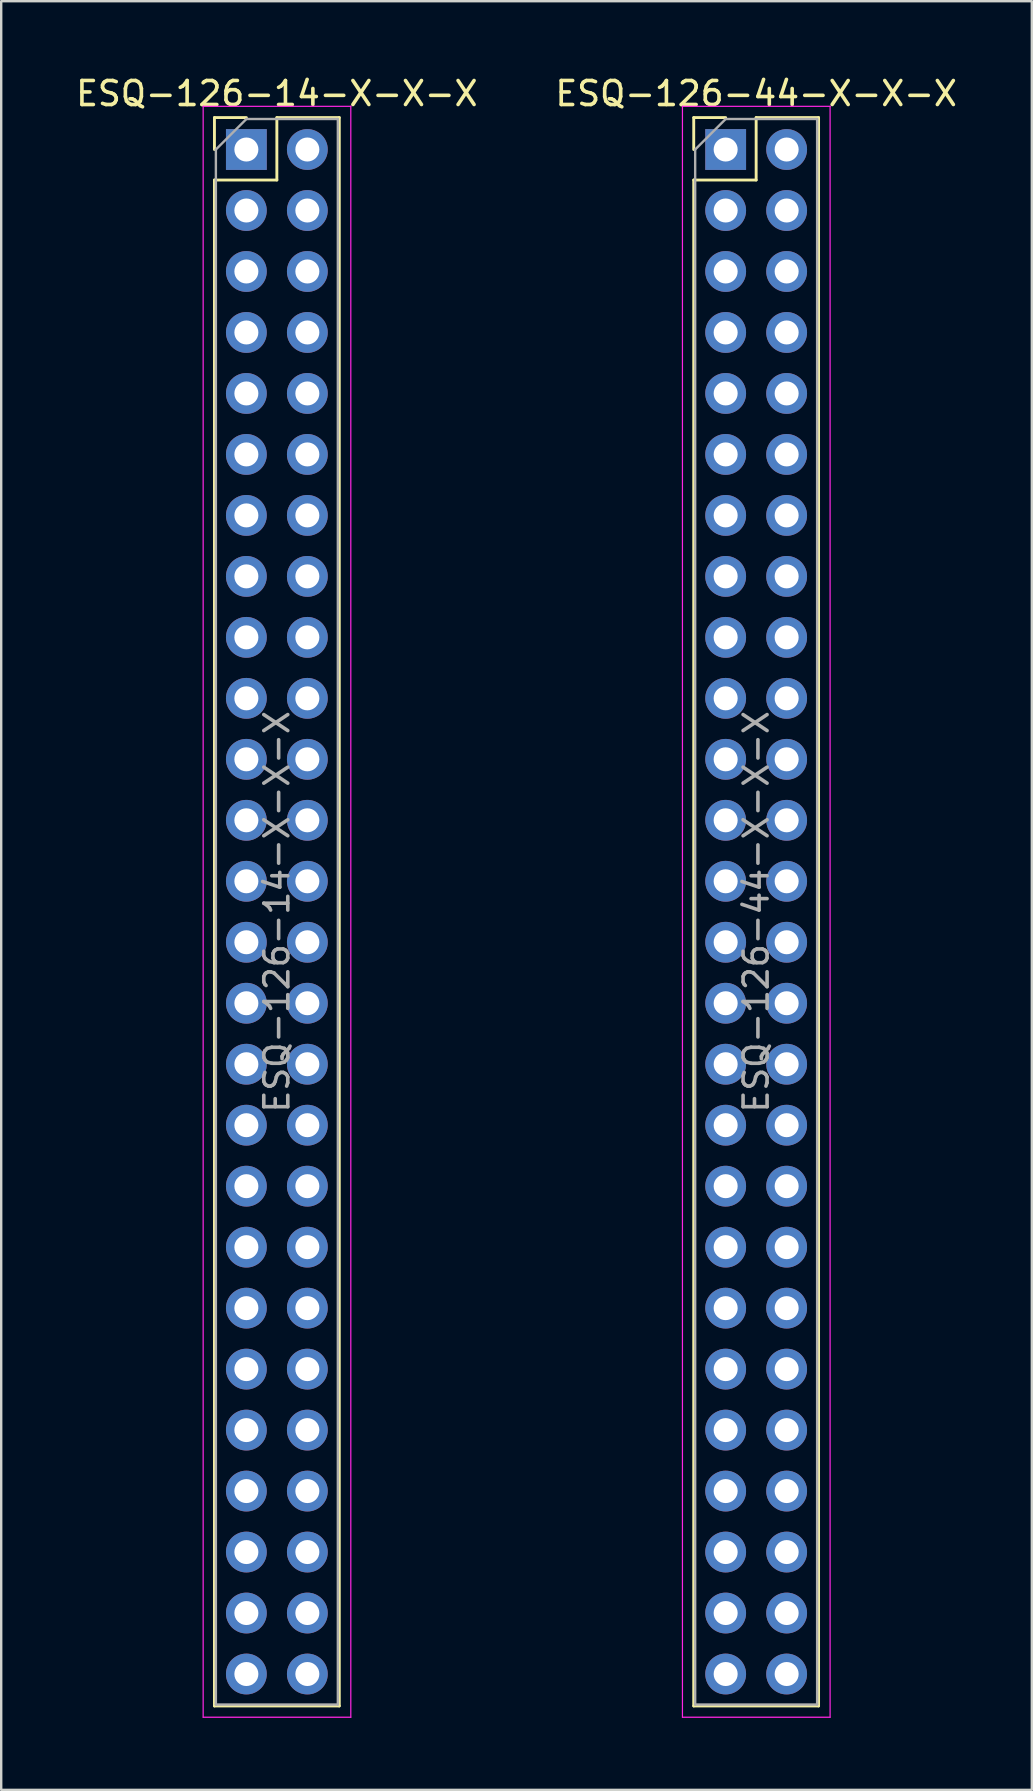
<source format=kicad_pcb>
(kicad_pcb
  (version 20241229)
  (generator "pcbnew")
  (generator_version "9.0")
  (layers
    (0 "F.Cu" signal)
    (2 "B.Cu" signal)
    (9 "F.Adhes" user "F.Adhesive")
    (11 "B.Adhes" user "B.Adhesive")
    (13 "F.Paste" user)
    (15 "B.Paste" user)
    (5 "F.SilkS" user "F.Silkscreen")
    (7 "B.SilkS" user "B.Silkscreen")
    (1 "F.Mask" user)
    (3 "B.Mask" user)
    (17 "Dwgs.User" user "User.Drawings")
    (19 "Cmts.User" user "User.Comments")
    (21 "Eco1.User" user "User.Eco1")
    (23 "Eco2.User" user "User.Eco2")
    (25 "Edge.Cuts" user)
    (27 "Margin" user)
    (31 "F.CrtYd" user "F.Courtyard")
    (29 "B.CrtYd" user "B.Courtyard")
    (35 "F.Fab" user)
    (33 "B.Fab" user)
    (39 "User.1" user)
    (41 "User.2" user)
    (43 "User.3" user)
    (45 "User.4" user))
  (footprint "ESQ-126-14-X-X-X"
    (layer "F.Cu")
    (at 7.212 3.178)
    (property "Reference" "ESQ-126-14-X-X-X" (at 1.27 -2.33 0) (layer "F.SilkS") (effects (font (size 1 1) (thickness 0.15))))
    (attr through_hole)
    (fp_line (start -1.33 -1.33) (end 0 -1.33) (stroke (width 0.12) (type solid)) (layer "F.SilkS"))
    (fp_line (start -1.33 0) (end -1.33 -1.33) (stroke (width 0.12) (type solid)) (layer "F.SilkS"))
    (fp_line (start -1.33 1.27) (end -1.33 64.83) (stroke (width 0.12) (type solid)) (layer "F.SilkS"))
    (fp_line (start -1.33 1.27) (end 1.27 1.27) (stroke (width 0.12) (type solid)) (layer "F.SilkS"))
    (fp_line (start -1.33 64.83) (end 3.87 64.83) (stroke (width 0.12) (type solid)) (layer "F.SilkS"))
    (fp_line (start 1.27 -1.33) (end 3.87 -1.33) (stroke (width 0.12) (type solid)) (layer "F.SilkS"))
    (fp_line (start 1.27 1.27) (end 1.27 -1.33) (stroke (width 0.12) (type solid)) (layer "F.SilkS"))
    (fp_line (start 3.87 -1.33) (end 3.87 64.83) (stroke (width 0.12) (type solid)) (layer "F.SilkS"))
    (fp_line (start -1.8 -1.8) (end -1.8 65.3) (stroke (width 0.05) (type solid)) (layer "F.CrtYd"))
    (fp_line (start -1.8 65.3) (end 4.35 65.3) (stroke (width 0.05) (type solid)) (layer "F.CrtYd"))
    (fp_line (start 4.35 -1.8) (end -1.8 -1.8) (stroke (width 0.05) (type solid)) (layer "F.CrtYd"))
    (fp_line (start 4.35 65.3) (end 4.35 -1.8) (stroke (width 0.05) (type solid)) (layer "F.CrtYd"))
    (fp_line (start -1.27 0) (end 0 -1.27) (stroke (width 0.1) (type solid)) (layer "F.Fab"))
    (fp_line (start -1.27 64.77) (end -1.27 0) (stroke (width 0.1) (type solid)) (layer "F.Fab"))
    (fp_line (start 0 -1.27) (end 3.81 -1.27) (stroke (width 0.1) (type solid)) (layer "F.Fab"))
    (fp_line (start 3.81 -1.27) (end 3.81 64.77) (stroke (width 0.1) (type solid)) (layer "F.Fab"))
    (fp_line (start 3.81 64.77) (end -1.27 64.77) (stroke (width 0.1) (type solid)) (layer "F.Fab"))
    (fp_text user "${REFERENCE}" (at 1.27 31.75 90) (layer "F.Fab") (effects (font (size 1 1) (thickness 0.15))))
    (pad "1" thru_hole rect (at 0 0) (size 1.7 1.7) (drill 1) (layers "*.Cu" "*.Mask"))
    (pad "2" thru_hole oval (at 2.54 0) (size 1.7 1.7) (drill 1) (layers "*.Cu" "*.Mask"))
    (pad "3" thru_hole oval (at 0 2.54) (size 1.7 1.7) (drill 1) (layers "*.Cu" "*.Mask"))
    (pad "4" thru_hole oval (at 2.54 2.54) (size 1.7 1.7) (drill 1) (layers "*.Cu" "*.Mask"))
    (pad "5" thru_hole oval (at 0 5.08) (size 1.7 1.7) (drill 1) (layers "*.Cu" "*.Mask"))
    (pad "6" thru_hole oval (at 2.54 5.08) (size 1.7 1.7) (drill 1) (layers "*.Cu" "*.Mask"))
    (pad "7" thru_hole oval (at 0 7.62) (size 1.7 1.7) (drill 1) (layers "*.Cu" "*.Mask"))
    (pad "8" thru_hole oval (at 2.54 7.62) (size 1.7 1.7) (drill 1) (layers "*.Cu" "*.Mask"))
    (pad "9" thru_hole oval (at 0 10.16) (size 1.7 1.7) (drill 1) (layers "*.Cu" "*.Mask"))
    (pad "10" thru_hole oval (at 2.54 10.16) (size 1.7 1.7) (drill 1) (layers "*.Cu" "*.Mask"))
    (pad "11" thru_hole oval (at 0 12.7) (size 1.7 1.7) (drill 1) (layers "*.Cu" "*.Mask"))
    (pad "12" thru_hole oval (at 2.54 12.7) (size 1.7 1.7) (drill 1) (layers "*.Cu" "*.Mask"))
    (pad "13" thru_hole oval (at 0 15.24) (size 1.7 1.7) (drill 1) (layers "*.Cu" "*.Mask"))
    (pad "14" thru_hole oval (at 2.54 15.24) (size 1.7 1.7) (drill 1) (layers "*.Cu" "*.Mask"))
    (pad "15" thru_hole oval (at 0 17.78) (size 1.7 1.7) (drill 1) (layers "*.Cu" "*.Mask"))
    (pad "16" thru_hole oval (at 2.54 17.78) (size 1.7 1.7) (drill 1) (layers "*.Cu" "*.Mask"))
    (pad "17" thru_hole oval (at 0 20.32) (size 1.7 1.7) (drill 1) (layers "*.Cu" "*.Mask"))
    (pad "18" thru_hole oval (at 2.54 20.32) (size 1.7 1.7) (drill 1) (layers "*.Cu" "*.Mask"))
    (pad "19" thru_hole oval (at 0 22.86) (size 1.7 1.7) (drill 1) (layers "*.Cu" "*.Mask"))
    (pad "20" thru_hole oval (at 2.54 22.86) (size 1.7 1.7) (drill 1) (layers "*.Cu" "*.Mask"))
    (pad "21" thru_hole oval (at 0 25.4) (size 1.7 1.7) (drill 1) (layers "*.Cu" "*.Mask"))
    (pad "22" thru_hole oval (at 2.54 25.4) (size 1.7 1.7) (drill 1) (layers "*.Cu" "*.Mask"))
    (pad "23" thru_hole oval (at 0 27.94) (size 1.7 1.7) (drill 1) (layers "*.Cu" "*.Mask"))
    (pad "24" thru_hole oval (at 2.54 27.94) (size 1.7 1.7) (drill 1) (layers "*.Cu" "*.Mask"))
    (pad "25" thru_hole oval (at 0 30.48) (size 1.7 1.7) (drill 1) (layers "*.Cu" "*.Mask"))
    (pad "26" thru_hole oval (at 2.54 30.48) (size 1.7 1.7) (drill 1) (layers "*.Cu" "*.Mask"))
    (pad "27" thru_hole oval (at 0 33.02) (size 1.7 1.7) (drill 1) (layers "*.Cu" "*.Mask"))
    (pad "28" thru_hole oval (at 2.54 33.02) (size 1.7 1.7) (drill 1) (layers "*.Cu" "*.Mask"))
    (pad "29" thru_hole oval (at 0 35.56) (size 1.7 1.7) (drill 1) (layers "*.Cu" "*.Mask"))
    (pad "30" thru_hole oval (at 2.54 35.56) (size 1.7 1.7) (drill 1) (layers "*.Cu" "*.Mask"))
    (pad "31" thru_hole oval (at 0 38.1) (size 1.7 1.7) (drill 1) (layers "*.Cu" "*.Mask"))
    (pad "32" thru_hole oval (at 2.54 38.1) (size 1.7 1.7) (drill 1) (layers "*.Cu" "*.Mask"))
    (pad "33" thru_hole oval (at 0 40.64) (size 1.7 1.7) (drill 1) (layers "*.Cu" "*.Mask"))
    (pad "34" thru_hole oval (at 2.54 40.64) (size 1.7 1.7) (drill 1) (layers "*.Cu" "*.Mask"))
    (pad "35" thru_hole oval (at 0 43.18) (size 1.7 1.7) (drill 1) (layers "*.Cu" "*.Mask"))
    (pad "36" thru_hole oval (at 2.54 43.18) (size 1.7 1.7) (drill 1) (layers "*.Cu" "*.Mask"))
    (pad "37" thru_hole oval (at 0 45.72) (size 1.7 1.7) (drill 1) (layers "*.Cu" "*.Mask"))
    (pad "38" thru_hole oval (at 2.54 45.72) (size 1.7 1.7) (drill 1) (layers "*.Cu" "*.Mask"))
    (pad "39" thru_hole oval (at 0 48.26) (size 1.7 1.7) (drill 1) (layers "*.Cu" "*.Mask"))
    (pad "40" thru_hole oval (at 2.54 48.26) (size 1.7 1.7) (drill 1) (layers "*.Cu" "*.Mask"))
    (pad "41" thru_hole oval (at 0 50.8) (size 1.7 1.7) (drill 1) (layers "*.Cu" "*.Mask"))
    (pad "42" thru_hole oval (at 2.54 50.8) (size 1.7 1.7) (drill 1) (layers "*.Cu" "*.Mask"))
    (pad "43" thru_hole oval (at 0 53.34) (size 1.7 1.7) (drill 1) (layers "*.Cu" "*.Mask"))
    (pad "44" thru_hole oval (at 2.54 53.34) (size 1.7 1.7) (drill 1) (layers "*.Cu" "*.Mask"))
    (pad "45" thru_hole oval (at 0 55.88) (size 1.7 1.7) (drill 1) (layers "*.Cu" "*.Mask"))
    (pad "46" thru_hole oval (at 2.54 55.88) (size 1.7 1.7) (drill 1) (layers "*.Cu" "*.Mask"))
    (pad "47" thru_hole oval (at 0 58.42) (size 1.7 1.7) (drill 1) (layers "*.Cu" "*.Mask"))
    (pad "48" thru_hole oval (at 2.54 58.42) (size 1.7 1.7) (drill 1) (layers "*.Cu" "*.Mask"))
    (pad "49" thru_hole oval (at 0 60.96) (size 1.7 1.7) (drill 1) (layers "*.Cu" "*.Mask"))
    (pad "50" thru_hole oval (at 2.54 60.96) (size 1.7 1.7) (drill 1) (layers "*.Cu" "*.Mask"))
    (pad "51" thru_hole oval (at 0 63.5) (size 1.7 1.7) (drill 1) (layers "*.Cu" "*.Mask"))
    (pad "52" thru_hole oval (at 2.54 63.5) (size 1.7 1.7) (drill 1) (layers "*.Cu" "*.Mask")))
  (footprint "ESQ-126-44-X-X-X"
    (layer "F.Cu")
    (at 27.176 3.178)
    (property "Reference" "ESQ-126-44-X-X-X" (at 1.27 -2.33 0) (layer "F.SilkS") (effects (font (size 1 1) (thickness 0.15))))
    (attr through_hole)
    (fp_line (start -1.33 -1.33) (end 0 -1.33) (stroke (width 0.12) (type solid)) (layer "F.SilkS"))
    (fp_line (start -1.33 0) (end -1.33 -1.33) (stroke (width 0.12) (type solid)) (layer "F.SilkS"))
    (fp_line (start -1.33 1.27) (end -1.33 64.83) (stroke (width 0.12) (type solid)) (layer "F.SilkS"))
    (fp_line (start -1.33 1.27) (end 1.27 1.27) (stroke (width 0.12) (type solid)) (layer "F.SilkS"))
    (fp_line (start -1.33 64.83) (end 3.87 64.83) (stroke (width 0.12) (type solid)) (layer "F.SilkS"))
    (fp_line (start 1.27 -1.33) (end 3.87 -1.33) (stroke (width 0.12) (type solid)) (layer "F.SilkS"))
    (fp_line (start 1.27 1.27) (end 1.27 -1.33) (stroke (width 0.12) (type solid)) (layer "F.SilkS"))
    (fp_line (start 3.87 -1.33) (end 3.87 64.83) (stroke (width 0.12) (type solid)) (layer "F.SilkS"))
    (fp_line (start -1.8 -1.8) (end -1.8 65.3) (stroke (width 0.05) (type solid)) (layer "F.CrtYd"))
    (fp_line (start -1.8 65.3) (end 4.35 65.3) (stroke (width 0.05) (type solid)) (layer "F.CrtYd"))
    (fp_line (start 4.35 -1.8) (end -1.8 -1.8) (stroke (width 0.05) (type solid)) (layer "F.CrtYd"))
    (fp_line (start 4.35 65.3) (end 4.35 -1.8) (stroke (width 0.05) (type solid)) (layer "F.CrtYd"))
    (fp_line (start -1.27 0) (end 0 -1.27) (stroke (width 0.1) (type solid)) (layer "F.Fab"))
    (fp_line (start -1.27 64.77) (end -1.27 0) (stroke (width 0.1) (type solid)) (layer "F.Fab"))
    (fp_line (start 0 -1.27) (end 3.81 -1.27) (stroke (width 0.1) (type solid)) (layer "F.Fab"))
    (fp_line (start 3.81 -1.27) (end 3.81 64.77) (stroke (width 0.1) (type solid)) (layer "F.Fab"))
    (fp_line (start 3.81 64.77) (end -1.27 64.77) (stroke (width 0.1) (type solid)) (layer "F.Fab"))
    (fp_text user "${REFERENCE}" (at 1.27 31.75 90) (layer "F.Fab") (effects (font (size 1 1) (thickness 0.15))))
    (pad "1" thru_hole rect (at 0 0) (size 1.7 1.7) (drill 1) (layers "*.Cu" "*.Mask"))
    (pad "2" thru_hole oval (at 2.54 0) (size 1.7 1.7) (drill 1) (layers "*.Cu" "*.Mask"))
    (pad "3" thru_hole oval (at 0 2.54) (size 1.7 1.7) (drill 1) (layers "*.Cu" "*.Mask"))
    (pad "4" thru_hole oval (at 2.54 2.54) (size 1.7 1.7) (drill 1) (layers "*.Cu" "*.Mask"))
    (pad "5" thru_hole oval (at 0 5.08) (size 1.7 1.7) (drill 1) (layers "*.Cu" "*.Mask"))
    (pad "6" thru_hole oval (at 2.54 5.08) (size 1.7 1.7) (drill 1) (layers "*.Cu" "*.Mask"))
    (pad "7" thru_hole oval (at 0 7.62) (size 1.7 1.7) (drill 1) (layers "*.Cu" "*.Mask"))
    (pad "8" thru_hole oval (at 2.54 7.62) (size 1.7 1.7) (drill 1) (layers "*.Cu" "*.Mask"))
    (pad "9" thru_hole oval (at 0 10.16) (size 1.7 1.7) (drill 1) (layers "*.Cu" "*.Mask"))
    (pad "10" thru_hole oval (at 2.54 10.16) (size 1.7 1.7) (drill 1) (layers "*.Cu" "*.Mask"))
    (pad "11" thru_hole oval (at 0 12.7) (size 1.7 1.7) (drill 1) (layers "*.Cu" "*.Mask"))
    (pad "12" thru_hole oval (at 2.54 12.7) (size 1.7 1.7) (drill 1) (layers "*.Cu" "*.Mask"))
    (pad "13" thru_hole oval (at 0 15.24) (size 1.7 1.7) (drill 1) (layers "*.Cu" "*.Mask"))
    (pad "14" thru_hole oval (at 2.54 15.24) (size 1.7 1.7) (drill 1) (layers "*.Cu" "*.Mask"))
    (pad "15" thru_hole oval (at 0 17.78) (size 1.7 1.7) (drill 1) (layers "*.Cu" "*.Mask"))
    (pad "16" thru_hole oval (at 2.54 17.78) (size 1.7 1.7) (drill 1) (layers "*.Cu" "*.Mask"))
    (pad "17" thru_hole oval (at 0 20.32) (size 1.7 1.7) (drill 1) (layers "*.Cu" "*.Mask"))
    (pad "18" thru_hole oval (at 2.54 20.32) (size 1.7 1.7) (drill 1) (layers "*.Cu" "*.Mask"))
    (pad "19" thru_hole oval (at 0 22.86) (size 1.7 1.7) (drill 1) (layers "*.Cu" "*.Mask"))
    (pad "20" thru_hole oval (at 2.54 22.86) (size 1.7 1.7) (drill 1) (layers "*.Cu" "*.Mask"))
    (pad "21" thru_hole oval (at 0 25.4) (size 1.7 1.7) (drill 1) (layers "*.Cu" "*.Mask"))
    (pad "22" thru_hole oval (at 2.54 25.4) (size 1.7 1.7) (drill 1) (layers "*.Cu" "*.Mask"))
    (pad "23" thru_hole oval (at 0 27.94) (size 1.7 1.7) (drill 1) (layers "*.Cu" "*.Mask"))
    (pad "24" thru_hole oval (at 2.54 27.94) (size 1.7 1.7) (drill 1) (layers "*.Cu" "*.Mask"))
    (pad "25" thru_hole oval (at 0 30.48) (size 1.7 1.7) (drill 1) (layers "*.Cu" "*.Mask"))
    (pad "26" thru_hole oval (at 2.54 30.48) (size 1.7 1.7) (drill 1) (layers "*.Cu" "*.Mask"))
    (pad "27" thru_hole oval (at 0 33.02) (size 1.7 1.7) (drill 1) (layers "*.Cu" "*.Mask"))
    (pad "28" thru_hole oval (at 2.54 33.02) (size 1.7 1.7) (drill 1) (layers "*.Cu" "*.Mask"))
    (pad "29" thru_hole oval (at 0 35.56) (size 1.7 1.7) (drill 1) (layers "*.Cu" "*.Mask"))
    (pad "30" thru_hole oval (at 2.54 35.56) (size 1.7 1.7) (drill 1) (layers "*.Cu" "*.Mask"))
    (pad "31" thru_hole oval (at 0 38.1) (size 1.7 1.7) (drill 1) (layers "*.Cu" "*.Mask"))
    (pad "32" thru_hole oval (at 2.54 38.1) (size 1.7 1.7) (drill 1) (layers "*.Cu" "*.Mask"))
    (pad "33" thru_hole oval (at 0 40.64) (size 1.7 1.7) (drill 1) (layers "*.Cu" "*.Mask"))
    (pad "34" thru_hole oval (at 2.54 40.64) (size 1.7 1.7) (drill 1) (layers "*.Cu" "*.Mask"))
    (pad "35" thru_hole oval (at 0 43.18) (size 1.7 1.7) (drill 1) (layers "*.Cu" "*.Mask"))
    (pad "36" thru_hole oval (at 2.54 43.18) (size 1.7 1.7) (drill 1) (layers "*.Cu" "*.Mask"))
    (pad "37" thru_hole oval (at 0 45.72) (size 1.7 1.7) (drill 1) (layers "*.Cu" "*.Mask"))
    (pad "38" thru_hole oval (at 2.54 45.72) (size 1.7 1.7) (drill 1) (layers "*.Cu" "*.Mask"))
    (pad "39" thru_hole oval (at 0 48.26) (size 1.7 1.7) (drill 1) (layers "*.Cu" "*.Mask"))
    (pad "40" thru_hole oval (at 2.54 48.26) (size 1.7 1.7) (drill 1) (layers "*.Cu" "*.Mask"))
    (pad "41" thru_hole oval (at 0 50.8) (size 1.7 1.7) (drill 1) (layers "*.Cu" "*.Mask"))
    (pad "42" thru_hole oval (at 2.54 50.8) (size 1.7 1.7) (drill 1) (layers "*.Cu" "*.Mask"))
    (pad "43" thru_hole oval (at 0 53.34) (size 1.7 1.7) (drill 1) (layers "*.Cu" "*.Mask"))
    (pad "44" thru_hole oval (at 2.54 53.34) (size 1.7 1.7) (drill 1) (layers "*.Cu" "*.Mask"))
    (pad "45" thru_hole oval (at 0 55.88) (size 1.7 1.7) (drill 1) (layers "*.Cu" "*.Mask"))
    (pad "46" thru_hole oval (at 2.54 55.88) (size 1.7 1.7) (drill 1) (layers "*.Cu" "*.Mask"))
    (pad "47" thru_hole oval (at 0 58.42) (size 1.7 1.7) (drill 1) (layers "*.Cu" "*.Mask"))
    (pad "48" thru_hole oval (at 2.54 58.42) (size 1.7 1.7) (drill 1) (layers "*.Cu" "*.Mask"))
    (pad "49" thru_hole oval (at 0 60.96) (size 1.7 1.7) (drill 1) (layers "*.Cu" "*.Mask"))
    (pad "50" thru_hole oval (at 2.54 60.96) (size 1.7 1.7) (drill 1) (layers "*.Cu" "*.Mask"))
    (pad "51" thru_hole oval (at 0 63.5) (size 1.7 1.7) (drill 1) (layers "*.Cu" "*.Mask"))
    (pad "52" thru_hole oval (at 2.54 63.5) (size 1.7 1.7) (drill 1) (layers "*.Cu" "*.Mask")))
  (gr_rect
    (start -3 -3)
    (end 39.929 71.503)
    (stroke (width 0.1) (type default))
    (fill no)
    (layer "Edge.Cuts")))
</source>
